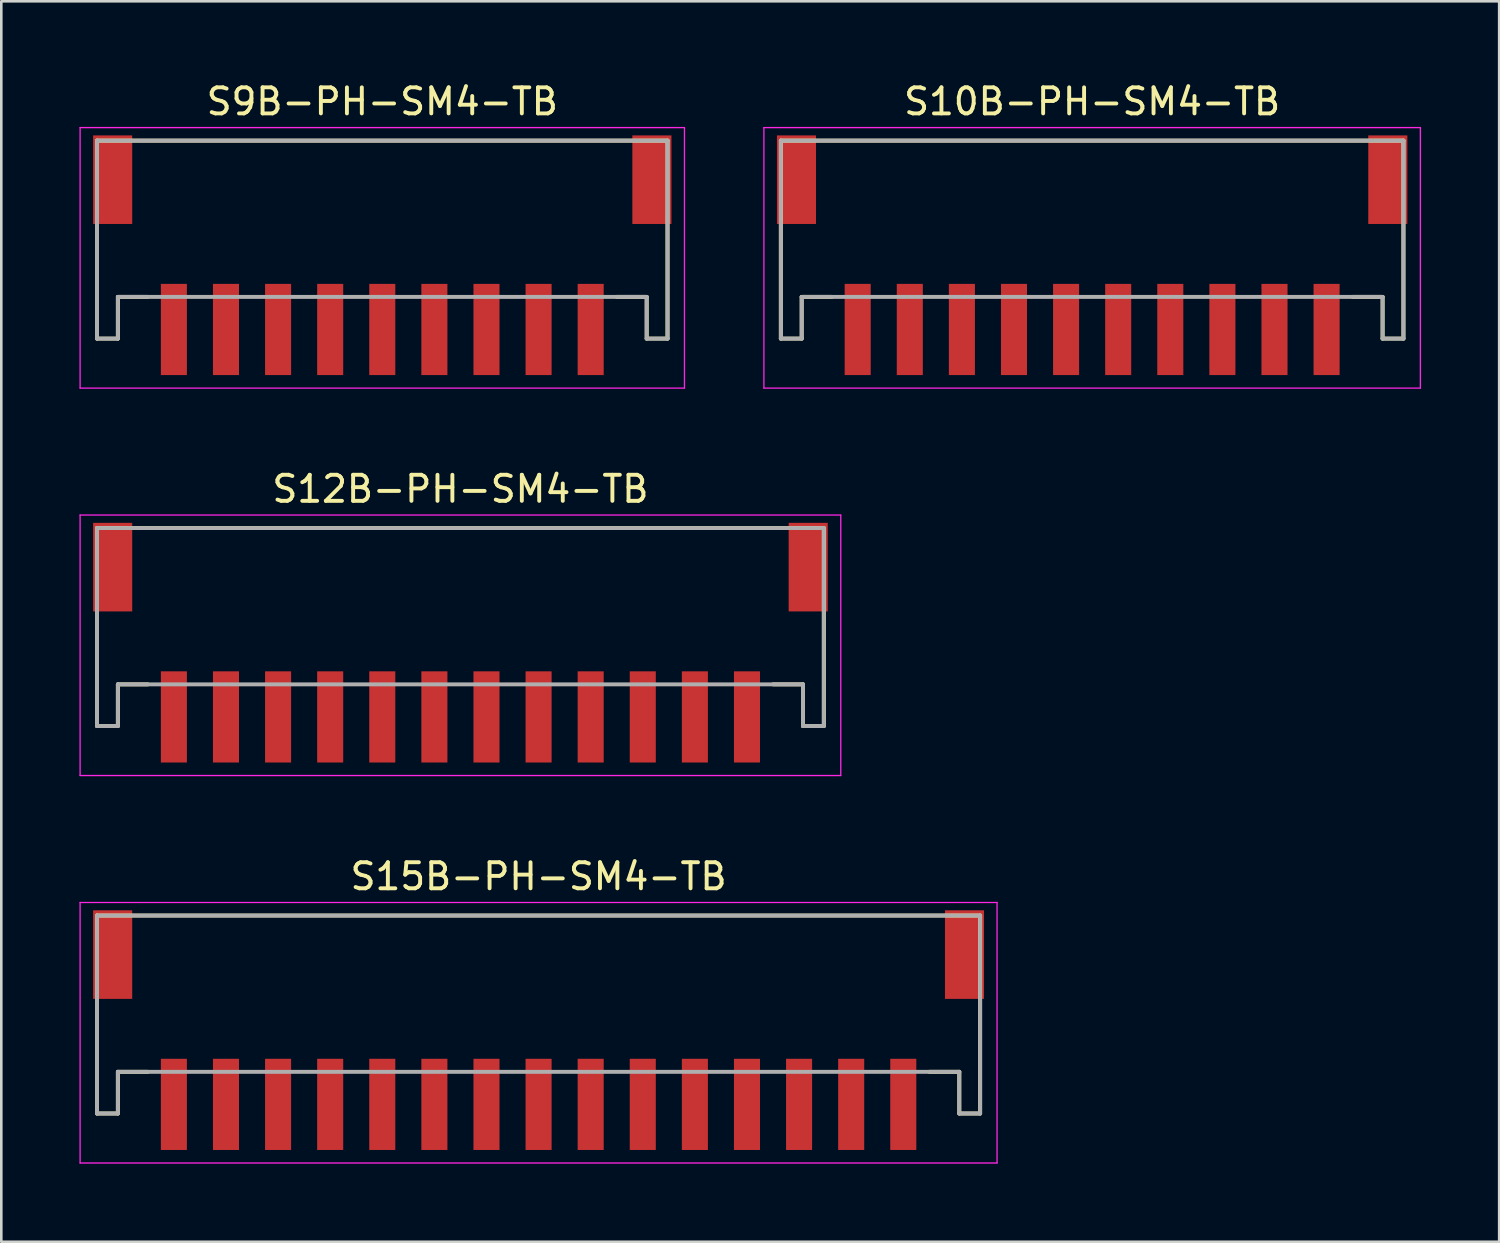
<source format=kicad_pcb>
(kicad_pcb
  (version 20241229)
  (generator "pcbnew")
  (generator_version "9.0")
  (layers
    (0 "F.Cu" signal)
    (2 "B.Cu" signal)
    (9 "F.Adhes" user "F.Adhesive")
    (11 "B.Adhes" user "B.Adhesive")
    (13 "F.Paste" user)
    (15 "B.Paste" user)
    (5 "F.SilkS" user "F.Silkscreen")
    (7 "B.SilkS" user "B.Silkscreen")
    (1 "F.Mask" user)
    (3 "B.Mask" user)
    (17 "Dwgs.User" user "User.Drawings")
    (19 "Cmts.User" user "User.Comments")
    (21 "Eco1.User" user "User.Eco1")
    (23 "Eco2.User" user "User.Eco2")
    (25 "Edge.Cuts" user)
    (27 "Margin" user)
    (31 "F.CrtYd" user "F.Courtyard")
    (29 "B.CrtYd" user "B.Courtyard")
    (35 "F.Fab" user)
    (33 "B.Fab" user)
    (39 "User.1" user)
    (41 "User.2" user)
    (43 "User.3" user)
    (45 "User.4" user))
  (footprint "S9B-PH-SM4-TB"
    (layer "F.Cu")
    (at 11.625 7.848)
    (property "Reference" "S9B-PH-SM4-TB" (at 0 -7 0) (layer "F.SilkS") (effects (font (size 1 1) (thickness 0.15))))
    (attr smd)
    (fp_line (start -10.95 -5.5) (end -10.95 2.1) (stroke (width 0.15) (type solid)) (layer "F.SilkS"))
    (fp_line (start -10.95 -5.5) (end 10.95 -5.5) (stroke (width 0.15) (type solid)) (layer "F.SilkS"))
    (fp_line (start -10.95 2.1) (end -10.15 2.1) (stroke (width 0.15) (type solid)) (layer "F.SilkS"))
    (fp_line (start -10.15 0.5) (end -10.15 2.1) (stroke (width 0.15) (type solid)) (layer "F.SilkS"))
    (fp_line (start -10.15 0.5) (end -9 0.5) (stroke (width 0.15) (type solid)) (layer "F.SilkS"))
    (fp_line (start 9 0.5) (end 10.15 0.5) (stroke (width 0.15) (type solid)) (layer "F.SilkS"))
    (fp_line (start 10.15 0.5) (end 10.15 2.1) (stroke (width 0.15) (type solid)) (layer "F.SilkS"))
    (fp_line (start 10.15 2.1) (end 10.95 2.1) (stroke (width 0.15) (type solid)) (layer "F.SilkS"))
    (fp_line (start 10.95 -5.5) (end 10.95 2.1) (stroke (width 0.15) (type solid)) (layer "F.SilkS"))
    (fp_line (start -11.6 -6) (end -11.6 4) (stroke (width 0.05) (type solid)) (layer "F.CrtYd"))
    (fp_line (start -11.6 -6) (end 11.6 -6) (stroke (width 0.05) (type solid)) (layer "F.CrtYd"))
    (fp_line (start -11.6 4) (end 11.6 4) (stroke (width 0.05) (type solid)) (layer "F.CrtYd"))
    (fp_line (start 11.6 -6) (end 11.6 4) (stroke (width 0.05) (type solid)) (layer "F.CrtYd"))
    (fp_line (start -10.95 -5.5) (end -10.95 2.1) (stroke (width 0.15) (type solid)) (layer "F.Fab"))
    (fp_line (start -10.95 -5.5) (end 10.95 -5.5) (stroke (width 0.15) (type solid)) (layer "F.Fab"))
    (fp_line (start -10.95 2.1) (end -10.15 2.1) (stroke (width 0.15) (type solid)) (layer "F.Fab"))
    (fp_line (start -10.15 0.5) (end -10.15 2.1) (stroke (width 0.15) (type solid)) (layer "F.Fab"))
    (fp_line (start -10.15 0.5) (end 10.15 0.5) (stroke (width 0.15) (type solid)) (layer "F.Fab"))
    (fp_line (start 10.15 0.5) (end 10.15 2.1) (stroke (width 0.15) (type solid)) (layer "F.Fab"))
    (fp_line (start 10.15 2.1) (end 10.95 2.1) (stroke (width 0.15) (type solid)) (layer "F.Fab"))
    (fp_line (start 10.95 -5.5) (end 10.95 2.1) (stroke (width 0.15) (type solid)) (layer "F.Fab"))
    (pad "1" smd rect (at 8 1.75 180) (size 1 3.5) (layers "F.Cu" "F.Mask" "F.Paste"))
    (pad "2" smd rect (at 6 1.75 180) (size 1 3.5) (layers "F.Cu" "F.Mask" "F.Paste"))
    (pad "3" smd rect (at 4 1.75 180) (size 1 3.5) (layers "F.Cu" "F.Mask" "F.Paste"))
    (pad "4" smd rect (at 2 1.75 180) (size 1 3.5) (layers "F.Cu" "F.Mask" "F.Paste"))
    (pad "5" smd rect (at 0 1.75 180) (size 1 3.5) (layers "F.Cu" "F.Mask" "F.Paste"))
    (pad "6" smd rect (at -2 1.75 180) (size 1 3.5) (layers "F.Cu" "F.Mask" "F.Paste"))
    (pad "7" smd rect (at -4 1.75 180) (size 1 3.5) (layers "F.Cu" "F.Mask" "F.Paste"))
    (pad "8" smd rect (at -6 1.75 180) (size 1 3.5) (layers "F.Cu" "F.Mask" "F.Paste"))
    (pad "9" smd rect (at -8 1.75 180) (size 1 3.5) (layers "F.Cu" "F.Mask" "F.Paste"))
    (pad "S" smd rect (at -10.35 -4 180) (size 1.5 3.4) (layers "F.Cu" "F.Mask" "F.Paste"))
    (pad "S" smd rect (at 10.35 -4 180) (size 1.5 3.4) (layers "F.Cu" "F.Mask" "F.Paste")))
  (footprint "S15B-PH-SM4-TB"
    (layer "F.Cu")
    (at 17.625 37.595)
    (property "Reference" "S15B-PH-SM4-TB" (at 0 -7 0) (layer "F.SilkS") (effects (font (size 1 1) (thickness 0.15))))
    (attr smd)
    (fp_line (start -16.95 -5.5) (end -16.95 2.1) (stroke (width 0.15) (type solid)) (layer "F.SilkS"))
    (fp_line (start -16.95 -5.5) (end 16.95 -5.5) (stroke (width 0.15) (type solid)) (layer "F.SilkS"))
    (fp_line (start -16.95 2.1) (end -16.15 2.1) (stroke (width 0.15) (type solid)) (layer "F.SilkS"))
    (fp_line (start -16.15 0.5) (end -16.15 2.1) (stroke (width 0.15) (type solid)) (layer "F.SilkS"))
    (fp_line (start -16.15 0.5) (end -15 0.5) (stroke (width 0.15) (type solid)) (layer "F.SilkS"))
    (fp_line (start 15 0.5) (end 16.15 0.5) (stroke (width 0.15) (type solid)) (layer "F.SilkS"))
    (fp_line (start 16.15 0.5) (end 16.15 2.1) (stroke (width 0.15) (type solid)) (layer "F.SilkS"))
    (fp_line (start 16.15 2.1) (end 16.95 2.1) (stroke (width 0.15) (type solid)) (layer "F.SilkS"))
    (fp_line (start 16.95 -5.5) (end 16.95 2.1) (stroke (width 0.15) (type solid)) (layer "F.SilkS"))
    (fp_line (start -17.6 -6) (end -17.6 4) (stroke (width 0.05) (type solid)) (layer "F.CrtYd"))
    (fp_line (start -17.6 -6) (end 17.6 -6) (stroke (width 0.05) (type solid)) (layer "F.CrtYd"))
    (fp_line (start -17.6 4) (end 17.6 4) (stroke (width 0.05) (type solid)) (layer "F.CrtYd"))
    (fp_line (start 17.6 -6) (end 17.6 4) (stroke (width 0.05) (type solid)) (layer "F.CrtYd"))
    (fp_line (start -16.95 -5.5) (end -16.95 2.1) (stroke (width 0.15) (type solid)) (layer "F.Fab"))
    (fp_line (start -16.95 -5.5) (end 16.95 -5.5) (stroke (width 0.15) (type solid)) (layer "F.Fab"))
    (fp_line (start -16.95 2.1) (end -16.15 2.1) (stroke (width 0.15) (type solid)) (layer "F.Fab"))
    (fp_line (start -16.15 0.5) (end -16.15 2.1) (stroke (width 0.15) (type solid)) (layer "F.Fab"))
    (fp_line (start -16.15 0.5) (end 16.15 0.5) (stroke (width 0.15) (type solid)) (layer "F.Fab"))
    (fp_line (start 16.15 0.5) (end 16.15 2.1) (stroke (width 0.15) (type solid)) (layer "F.Fab"))
    (fp_line (start 16.15 2.1) (end 16.95 2.1) (stroke (width 0.15) (type solid)) (layer "F.Fab"))
    (fp_line (start 16.95 -5.5) (end 16.95 2.1) (stroke (width 0.15) (type solid)) (layer "F.Fab"))
    (pad "1" smd rect (at 14 1.75 180) (size 1 3.5) (layers "F.Cu" "F.Mask" "F.Paste"))
    (pad "2" smd rect (at 12 1.75 180) (size 1 3.5) (layers "F.Cu" "F.Mask" "F.Paste"))
    (pad "3" smd rect (at 10 1.75 180) (size 1 3.5) (layers "F.Cu" "F.Mask" "F.Paste"))
    (pad "4" smd rect (at 8 1.75 180) (size 1 3.5) (layers "F.Cu" "F.Mask" "F.Paste"))
    (pad "5" smd rect (at 6 1.75 180) (size 1 3.5) (layers "F.Cu" "F.Mask" "F.Paste"))
    (pad "6" smd rect (at 4 1.75 180) (size 1 3.5) (layers "F.Cu" "F.Mask" "F.Paste"))
    (pad "7" smd rect (at 2 1.75 180) (size 1 3.5) (layers "F.Cu" "F.Mask" "F.Paste"))
    (pad "8" smd rect (at 0 1.75 180) (size 1 3.5) (layers "F.Cu" "F.Mask" "F.Paste"))
    (pad "9" smd rect (at -2 1.75 180) (size 1 3.5) (layers "F.Cu" "F.Mask" "F.Paste"))
    (pad "10" smd rect (at -4 1.75 180) (size 1 3.5) (layers "F.Cu" "F.Mask" "F.Paste"))
    (pad "11" smd rect (at -6 1.75 180) (size 1 3.5) (layers "F.Cu" "F.Mask" "F.Paste"))
    (pad "12" smd rect (at -8 1.75 180) (size 1 3.5) (layers "F.Cu" "F.Mask" "F.Paste"))
    (pad "13" smd rect (at -10 1.75 180) (size 1 3.5) (layers "F.Cu" "F.Mask" "F.Paste"))
    (pad "14" smd rect (at -12 1.75 180) (size 1 3.5) (layers "F.Cu" "F.Mask" "F.Paste"))
    (pad "15" smd rect (at -14 1.75 180) (size 1 3.5) (layers "F.Cu" "F.Mask" "F.Paste"))
    (pad "S" smd rect (at -16.35 -4 180) (size 1.5 3.4) (layers "F.Cu" "F.Mask" "F.Paste"))
    (pad "S" smd rect (at 16.35 -4 180) (size 1.5 3.4) (layers "F.Cu" "F.Mask" "F.Paste")))
  (footprint "S12B-PH-SM4-TB"
    (layer "F.Cu")
    (at 14.625 22.721)
    (property "Reference" "S12B-PH-SM4-TB" (at 0 -7 0) (layer "F.SilkS") (effects (font (size 1 1) (thickness 0.15))))
    (attr smd)
    (fp_line (start -13.95 -5.5) (end -13.95 2.1) (stroke (width 0.15) (type solid)) (layer "F.SilkS"))
    (fp_line (start -13.95 -5.5) (end 13.95 -5.5) (stroke (width 0.15) (type solid)) (layer "F.SilkS"))
    (fp_line (start -13.95 2.1) (end -13.15 2.1) (stroke (width 0.15) (type solid)) (layer "F.SilkS"))
    (fp_line (start -13.15 0.5) (end -13.15 2.1) (stroke (width 0.15) (type solid)) (layer "F.SilkS"))
    (fp_line (start -13.15 0.5) (end -12 0.5) (stroke (width 0.15) (type solid)) (layer "F.SilkS"))
    (fp_line (start 12 0.5) (end 13.15 0.5) (stroke (width 0.15) (type solid)) (layer "F.SilkS"))
    (fp_line (start 13.15 0.5) (end 13.15 2.1) (stroke (width 0.15) (type solid)) (layer "F.SilkS"))
    (fp_line (start 13.15 2.1) (end 13.95 2.1) (stroke (width 0.15) (type solid)) (layer "F.SilkS"))
    (fp_line (start 13.95 -5.5) (end 13.95 2.1) (stroke (width 0.15) (type solid)) (layer "F.SilkS"))
    (fp_line (start -14.6 -6) (end -14.6 4) (stroke (width 0.05) (type solid)) (layer "F.CrtYd"))
    (fp_line (start -14.6 -6) (end 14.6 -6) (stroke (width 0.05) (type solid)) (layer "F.CrtYd"))
    (fp_line (start -14.6 4) (end 14.6 4) (stroke (width 0.05) (type solid)) (layer "F.CrtYd"))
    (fp_line (start 14.6 -6) (end 14.6 4) (stroke (width 0.05) (type solid)) (layer "F.CrtYd"))
    (fp_line (start -13.95 -5.5) (end -13.95 2.1) (stroke (width 0.15) (type solid)) (layer "F.Fab"))
    (fp_line (start -13.95 -5.5) (end 13.95 -5.5) (stroke (width 0.15) (type solid)) (layer "F.Fab"))
    (fp_line (start -13.95 2.1) (end -13.15 2.1) (stroke (width 0.15) (type solid)) (layer "F.Fab"))
    (fp_line (start -13.15 0.5) (end -13.15 2.1) (stroke (width 0.15) (type solid)) (layer "F.Fab"))
    (fp_line (start -13.15 0.5) (end 13.15 0.5) (stroke (width 0.15) (type solid)) (layer "F.Fab"))
    (fp_line (start 13.15 0.5) (end 13.15 2.1) (stroke (width 0.15) (type solid)) (layer "F.Fab"))
    (fp_line (start 13.15 2.1) (end 13.95 2.1) (stroke (width 0.15) (type solid)) (layer "F.Fab"))
    (fp_line (start 13.95 -5.5) (end 13.95 2.1) (stroke (width 0.15) (type solid)) (layer "F.Fab"))
    (pad "1" smd rect (at 11 1.75 180) (size 1 3.5) (layers "F.Cu" "F.Mask" "F.Paste"))
    (pad "2" smd rect (at 9 1.75 180) (size 1 3.5) (layers "F.Cu" "F.Mask" "F.Paste"))
    (pad "3" smd rect (at 7 1.75 180) (size 1 3.5) (layers "F.Cu" "F.Mask" "F.Paste"))
    (pad "4" smd rect (at 5 1.75 180) (size 1 3.5) (layers "F.Cu" "F.Mask" "F.Paste"))
    (pad "5" smd rect (at 3 1.75 180) (size 1 3.5) (layers "F.Cu" "F.Mask" "F.Paste"))
    (pad "6" smd rect (at 1 1.75 180) (size 1 3.5) (layers "F.Cu" "F.Mask" "F.Paste"))
    (pad "7" smd rect (at -1 1.75 180) (size 1 3.5) (layers "F.Cu" "F.Mask" "F.Paste"))
    (pad "8" smd rect (at -3 1.75 180) (size 1 3.5) (layers "F.Cu" "F.Mask" "F.Paste"))
    (pad "9" smd rect (at -5 1.75 180) (size 1 3.5) (layers "F.Cu" "F.Mask" "F.Paste"))
    (pad "10" smd rect (at -7 1.75 180) (size 1 3.5) (layers "F.Cu" "F.Mask" "F.Paste"))
    (pad "11" smd rect (at -9 1.75 180) (size 1 3.5) (layers "F.Cu" "F.Mask" "F.Paste"))
    (pad "12" smd rect (at -11 1.75 180) (size 1 3.5) (layers "F.Cu" "F.Mask" "F.Paste"))
    (pad "S" smd rect (at -13.35 -4 180) (size 1.5 3.4) (layers "F.Cu" "F.Mask" "F.Paste"))
    (pad "S" smd rect (at 13.35 -4 180) (size 1.5 3.4) (layers "F.Cu" "F.Mask" "F.Paste")))
  (footprint "S10B-PH-SM4-TB"
    (layer "F.Cu")
    (at 38.875 7.848)
    (property "Reference" "S10B-PH-SM4-TB" (at 0 -7 0) (layer "F.SilkS") (effects (font (size 1 1) (thickness 0.15))))
    (attr smd)
    (fp_line (start -11.95 -5.5) (end -11.95 2.1) (stroke (width 0.15) (type solid)) (layer "F.SilkS"))
    (fp_line (start -11.95 -5.5) (end 11.95 -5.5) (stroke (width 0.15) (type solid)) (layer "F.SilkS"))
    (fp_line (start -11.95 2.1) (end -11.15 2.1) (stroke (width 0.15) (type solid)) (layer "F.SilkS"))
    (fp_line (start -11.15 0.5) (end -11.15 2.1) (stroke (width 0.15) (type solid)) (layer "F.SilkS"))
    (fp_line (start -11.15 0.5) (end -10 0.5) (stroke (width 0.15) (type solid)) (layer "F.SilkS"))
    (fp_line (start 10 0.5) (end 11.15 0.5) (stroke (width 0.15) (type solid)) (layer "F.SilkS"))
    (fp_line (start 11.15 0.5) (end 11.15 2.1) (stroke (width 0.15) (type solid)) (layer "F.SilkS"))
    (fp_line (start 11.15 2.1) (end 11.95 2.1) (stroke (width 0.15) (type solid)) (layer "F.SilkS"))
    (fp_line (start 11.95 -5.5) (end 11.95 2.1) (stroke (width 0.15) (type solid)) (layer "F.SilkS"))
    (fp_line (start -12.6 -6) (end -12.6 4) (stroke (width 0.05) (type solid)) (layer "F.CrtYd"))
    (fp_line (start -12.6 -6) (end 12.6 -6) (stroke (width 0.05) (type solid)) (layer "F.CrtYd"))
    (fp_line (start -12.6 4) (end 12.6 4) (stroke (width 0.05) (type solid)) (layer "F.CrtYd"))
    (fp_line (start 12.6 -6) (end 12.6 4) (stroke (width 0.05) (type solid)) (layer "F.CrtYd"))
    (fp_line (start -11.95 -5.5) (end -11.95 2.1) (stroke (width 0.15) (type solid)) (layer "F.Fab"))
    (fp_line (start -11.95 -5.5) (end 11.95 -5.5) (stroke (width 0.15) (type solid)) (layer "F.Fab"))
    (fp_line (start -11.95 2.1) (end -11.15 2.1) (stroke (width 0.15) (type solid)) (layer "F.Fab"))
    (fp_line (start -11.15 0.5) (end -11.15 2.1) (stroke (width 0.15) (type solid)) (layer "F.Fab"))
    (fp_line (start -11.15 0.5) (end 11.15 0.5) (stroke (width 0.15) (type solid)) (layer "F.Fab"))
    (fp_line (start 11.15 0.5) (end 11.15 2.1) (stroke (width 0.15) (type solid)) (layer "F.Fab"))
    (fp_line (start 11.15 2.1) (end 11.95 2.1) (stroke (width 0.15) (type solid)) (layer "F.Fab"))
    (fp_line (start 11.95 -5.5) (end 11.95 2.1) (stroke (width 0.15) (type solid)) (layer "F.Fab"))
    (pad "1" smd rect (at 9 1.75 180) (size 1 3.5) (layers "F.Cu" "F.Mask" "F.Paste"))
    (pad "2" smd rect (at 7 1.75 180) (size 1 3.5) (layers "F.Cu" "F.Mask" "F.Paste"))
    (pad "3" smd rect (at 5 1.75 180) (size 1 3.5) (layers "F.Cu" "F.Mask" "F.Paste"))
    (pad "4" smd rect (at 3 1.75 180) (size 1 3.5) (layers "F.Cu" "F.Mask" "F.Paste"))
    (pad "5" smd rect (at 1 1.75 180) (size 1 3.5) (layers "F.Cu" "F.Mask" "F.Paste"))
    (pad "6" smd rect (at -1 1.75 180) (size 1 3.5) (layers "F.Cu" "F.Mask" "F.Paste"))
    (pad "7" smd rect (at -3 1.75 180) (size 1 3.5) (layers "F.Cu" "F.Mask" "F.Paste"))
    (pad "8" smd rect (at -5 1.75 180) (size 1 3.5) (layers "F.Cu" "F.Mask" "F.Paste"))
    (pad "9" smd rect (at -7 1.75 180) (size 1 3.5) (layers "F.Cu" "F.Mask" "F.Paste"))
    (pad "10" smd rect (at -9 1.75 180) (size 1 3.5) (layers "F.Cu" "F.Mask" "F.Paste"))
    (pad "S" smd rect (at -11.35 -4 180) (size 1.5 3.4) (layers "F.Cu" "F.Mask" "F.Paste"))
    (pad "S" smd rect (at 11.35 -4 180) (size 1.5 3.4) (layers "F.Cu" "F.Mask" "F.Paste")))
  (gr_rect
    (start -3 -3)
    (end 54.5 44.62)
    (stroke (width 0.1) (type default))
    (fill no)
    (layer "Edge.Cuts")))
</source>
